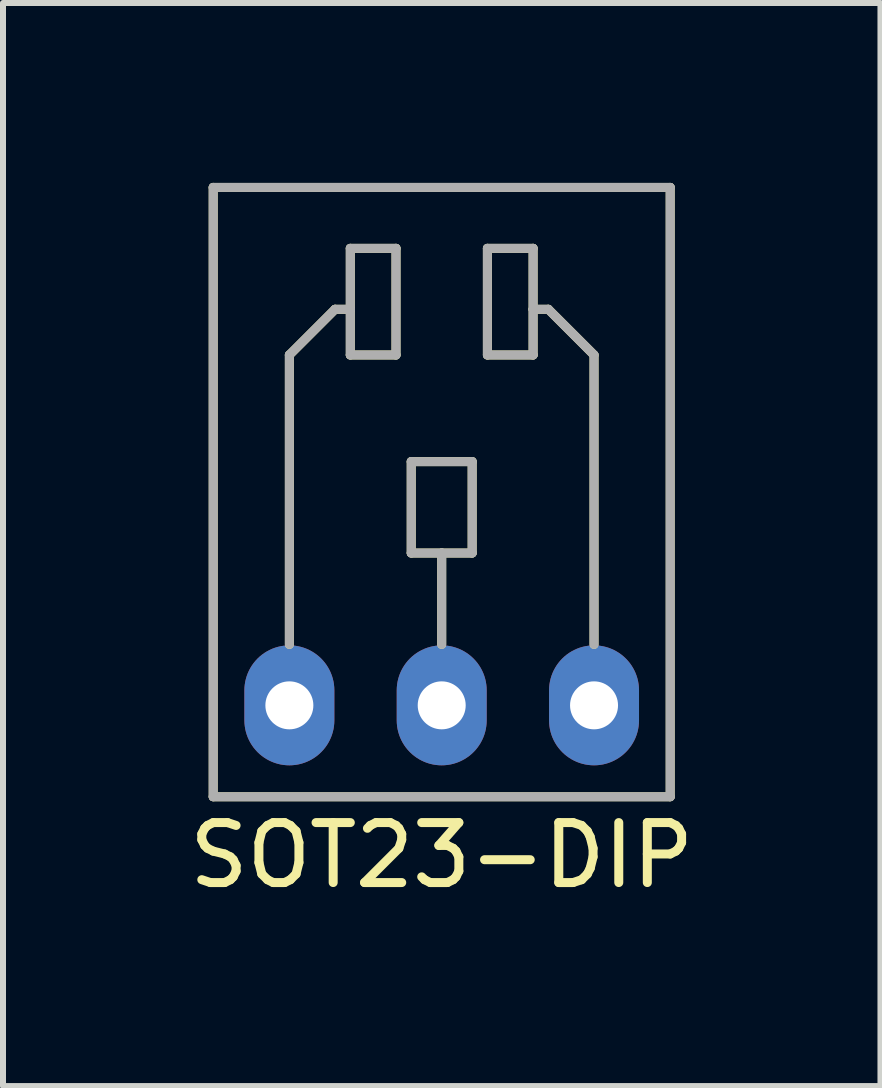
<source format=kicad_pcb>
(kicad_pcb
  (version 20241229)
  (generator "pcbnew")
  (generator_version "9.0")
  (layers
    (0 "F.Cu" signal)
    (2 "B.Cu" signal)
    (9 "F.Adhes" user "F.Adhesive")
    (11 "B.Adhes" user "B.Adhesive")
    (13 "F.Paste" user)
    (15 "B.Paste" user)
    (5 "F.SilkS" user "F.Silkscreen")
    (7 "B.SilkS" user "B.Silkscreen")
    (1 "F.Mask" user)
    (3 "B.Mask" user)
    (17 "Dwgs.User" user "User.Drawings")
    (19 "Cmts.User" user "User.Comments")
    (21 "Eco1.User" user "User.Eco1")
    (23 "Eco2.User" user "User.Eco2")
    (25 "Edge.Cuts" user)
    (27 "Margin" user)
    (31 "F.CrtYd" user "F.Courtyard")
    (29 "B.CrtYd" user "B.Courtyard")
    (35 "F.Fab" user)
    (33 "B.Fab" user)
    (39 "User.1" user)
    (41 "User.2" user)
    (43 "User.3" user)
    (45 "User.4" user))
  (footprint "SOT23-DIP"
    (layer "F.Cu")
    (at 4.315 8.711)
    (property "Reference" "SOT23-DIP" (at 0 2.5 0) (layer "F.SilkS") (effects (font (size 1 1) (thickness 0.15))))
    (attr through_hole)
    (fp_line (start -3.81 -8.636) (end -3.81 1.524) (stroke (width 0.15) (type solid)) (layer "F.SilkS"))
    (fp_line (start -3.81 1.524) (end 3.81 1.524) (stroke (width 0.15) (type solid)) (layer "F.SilkS"))
    (fp_line (start -2.54 -5.842) (end -1.778 -6.604) (stroke (width 0.15) (type solid)) (layer "F.SilkS"))
    (fp_line (start -2.54 -1.016) (end -2.54 -5.842) (stroke (width 0.15) (type solid)) (layer "F.SilkS"))
    (fp_line (start -1.778 -6.604) (end -1.524 -6.604) (stroke (width 0.15) (type solid)) (layer "F.SilkS"))
    (fp_line (start -1.524 -7.62) (end -0.762 -7.62) (stroke (width 0.15) (type solid)) (layer "F.SilkS"))
    (fp_line (start -1.524 -6.604) (end -1.524 -7.62) (stroke (width 0.15) (type solid)) (layer "F.SilkS"))
    (fp_line (start -1.524 -5.842) (end -1.524 -6.604) (stroke (width 0.15) (type solid)) (layer "F.SilkS"))
    (fp_line (start -0.762 -7.62) (end -0.762 -5.842) (stroke (width 0.15) (type solid)) (layer "F.SilkS"))
    (fp_line (start -0.762 -5.842) (end -1.524 -5.842) (stroke (width 0.15) (type solid)) (layer "F.SilkS"))
    (fp_line (start -0.508 -4.064) (end -0.508 -2.54) (stroke (width 0.15) (type solid)) (layer "F.SilkS"))
    (fp_line (start -0.508 -2.54) (end 0 -2.54) (stroke (width 0.15) (type solid)) (layer "F.SilkS"))
    (fp_line (start 0 -2.54) (end 0.508 -2.54) (stroke (width 0.15) (type solid)) (layer "F.SilkS"))
    (fp_line (start 0 -1.016) (end 0 -2.54) (stroke (width 0.15) (type solid)) (layer "F.SilkS"))
    (fp_line (start 0.508 -4.064) (end -0.508 -4.064) (stroke (width 0.15) (type solid)) (layer "F.SilkS"))
    (fp_line (start 0.508 -2.54) (end 0.508 -4.064) (stroke (width 0.15) (type solid)) (layer "F.SilkS"))
    (fp_line (start 0.762 -7.62) (end 0.762 -5.842) (stroke (width 0.15) (type solid)) (layer "F.SilkS"))
    (fp_line (start 0.762 -5.842) (end 1.524 -5.842) (stroke (width 0.15) (type solid)) (layer "F.SilkS"))
    (fp_line (start 1.524 -7.62) (end 0.762 -7.62) (stroke (width 0.15) (type solid)) (layer "F.SilkS"))
    (fp_line (start 1.524 -6.604) (end 1.524 -7.62) (stroke (width 0.15) (type solid)) (layer "F.SilkS"))
    (fp_line (start 1.524 -5.842) (end 1.524 -6.604) (stroke (width 0.15) (type solid)) (layer "F.SilkS"))
    (fp_line (start 1.778 -6.604) (end 1.524 -6.604) (stroke (width 0.15) (type solid)) (layer "F.SilkS"))
    (fp_line (start 2.54 -5.842) (end 1.778 -6.604) (stroke (width 0.15) (type solid)) (layer "F.SilkS"))
    (fp_line (start 2.54 -1.016) (end 2.54 -5.842) (stroke (width 0.15) (type solid)) (layer "F.SilkS"))
    (fp_line (start 3.81 -8.636) (end -3.81 -8.636) (stroke (width 0.15) (type solid)) (layer "F.SilkS"))
    (fp_line (start 3.81 1.524) (end 3.81 -8.636) (stroke (width 0.15) (type solid)) (layer "F.SilkS"))
    (fp_line (start -3.81 -8.636) (end -3.81 1.524) (stroke (width 0.15) (type solid)) (layer "F.Fab"))
    (fp_line (start -3.81 1.524) (end 3.81 1.524) (stroke (width 0.15) (type solid)) (layer "F.Fab"))
    (fp_line (start -2.54 -5.842) (end -2.54 -1.016) (stroke (width 0.15) (type solid)) (layer "F.Fab"))
    (fp_line (start -1.778 -6.604) (end -2.54 -5.842) (stroke (width 0.15) (type solid)) (layer "F.Fab"))
    (fp_line (start -1.524 -7.62) (end -1.524 -6.604) (stroke (width 0.15) (type solid)) (layer "F.Fab"))
    (fp_line (start -1.524 -6.604) (end -1.778 -6.604) (stroke (width 0.15) (type solid)) (layer "F.Fab"))
    (fp_line (start -1.524 -6.604) (end -1.524 -5.842) (stroke (width 0.15) (type solid)) (layer "F.Fab"))
    (fp_line (start -1.524 -5.842) (end -0.762 -5.842) (stroke (width 0.15) (type solid)) (layer "F.Fab"))
    (fp_line (start -0.762 -7.62) (end -1.524 -7.62) (stroke (width 0.15) (type solid)) (layer "F.Fab"))
    (fp_line (start -0.762 -5.842) (end -0.762 -7.62) (stroke (width 0.15) (type solid)) (layer "F.Fab"))
    (fp_line (start -0.508 -4.064) (end -0.508 -2.54) (stroke (width 0.15) (type solid)) (layer "F.Fab"))
    (fp_line (start -0.508 -2.54) (end 0 -2.54) (stroke (width 0.15) (type solid)) (layer "F.Fab"))
    (fp_line (start 0 -2.54) (end 0.508 -2.54) (stroke (width 0.15) (type solid)) (layer "F.Fab"))
    (fp_line (start 0 -1.016) (end 0 -2.54) (stroke (width 0.15) (type solid)) (layer "F.Fab"))
    (fp_line (start 0.508 -4.064) (end -0.508 -4.064) (stroke (width 0.15) (type solid)) (layer "F.Fab"))
    (fp_line (start 0.508 -2.54) (end 0.508 -4.064) (stroke (width 0.15) (type solid)) (layer "F.Fab"))
    (fp_line (start 0.762 -7.62) (end 0.762 -5.842) (stroke (width 0.15) (type solid)) (layer "F.Fab"))
    (fp_line (start 0.762 -5.842) (end 1.524 -5.842) (stroke (width 0.15) (type solid)) (layer "F.Fab"))
    (fp_line (start 1.524 -7.62) (end 0.762 -7.62) (stroke (width 0.15) (type solid)) (layer "F.Fab"))
    (fp_line (start 1.524 -6.604) (end 1.524 -7.62) (stroke (width 0.15) (type solid)) (layer "F.Fab"))
    (fp_line (start 1.524 -5.842) (end 1.524 -6.604) (stroke (width 0.15) (type solid)) (layer "F.Fab"))
    (fp_line (start 1.778 -6.604) (end 1.524 -6.604) (stroke (width 0.15) (type solid)) (layer "F.Fab"))
    (fp_line (start 2.54 -5.842) (end 1.778 -6.604) (stroke (width 0.15) (type solid)) (layer "F.Fab"))
    (fp_line (start 2.54 -1.016) (end 2.54 -5.842) (stroke (width 0.15) (type solid)) (layer "F.Fab"))
    (fp_line (start 3.81 -8.636) (end -3.81 -8.636) (stroke (width 0.15) (type solid)) (layer "F.Fab"))
    (fp_line (start 3.81 1.524) (end 3.81 -8.636) (stroke (width 0.15) (type solid)) (layer "F.Fab"))
    (pad "1" thru_hole oval (at 2.54 0) (size 1.5 2) (drill 0.8) (layers "*.Cu" "*.Mask"))
    (pad "2" thru_hole oval (at -2.54 0) (size 1.5 2) (drill 0.8) (layers "*.Cu" "*.Mask"))
    (pad "3" thru_hole oval (at 0 0) (size 1.5 2) (drill 0.8) (layers "*.Cu" "*.Mask")))
  (gr_rect
    (start -3 -3)
    (end 11.631 15.059)
    (stroke (width 0.1) (type default))
    (fill no)
    (layer "Edge.Cuts")))
</source>
